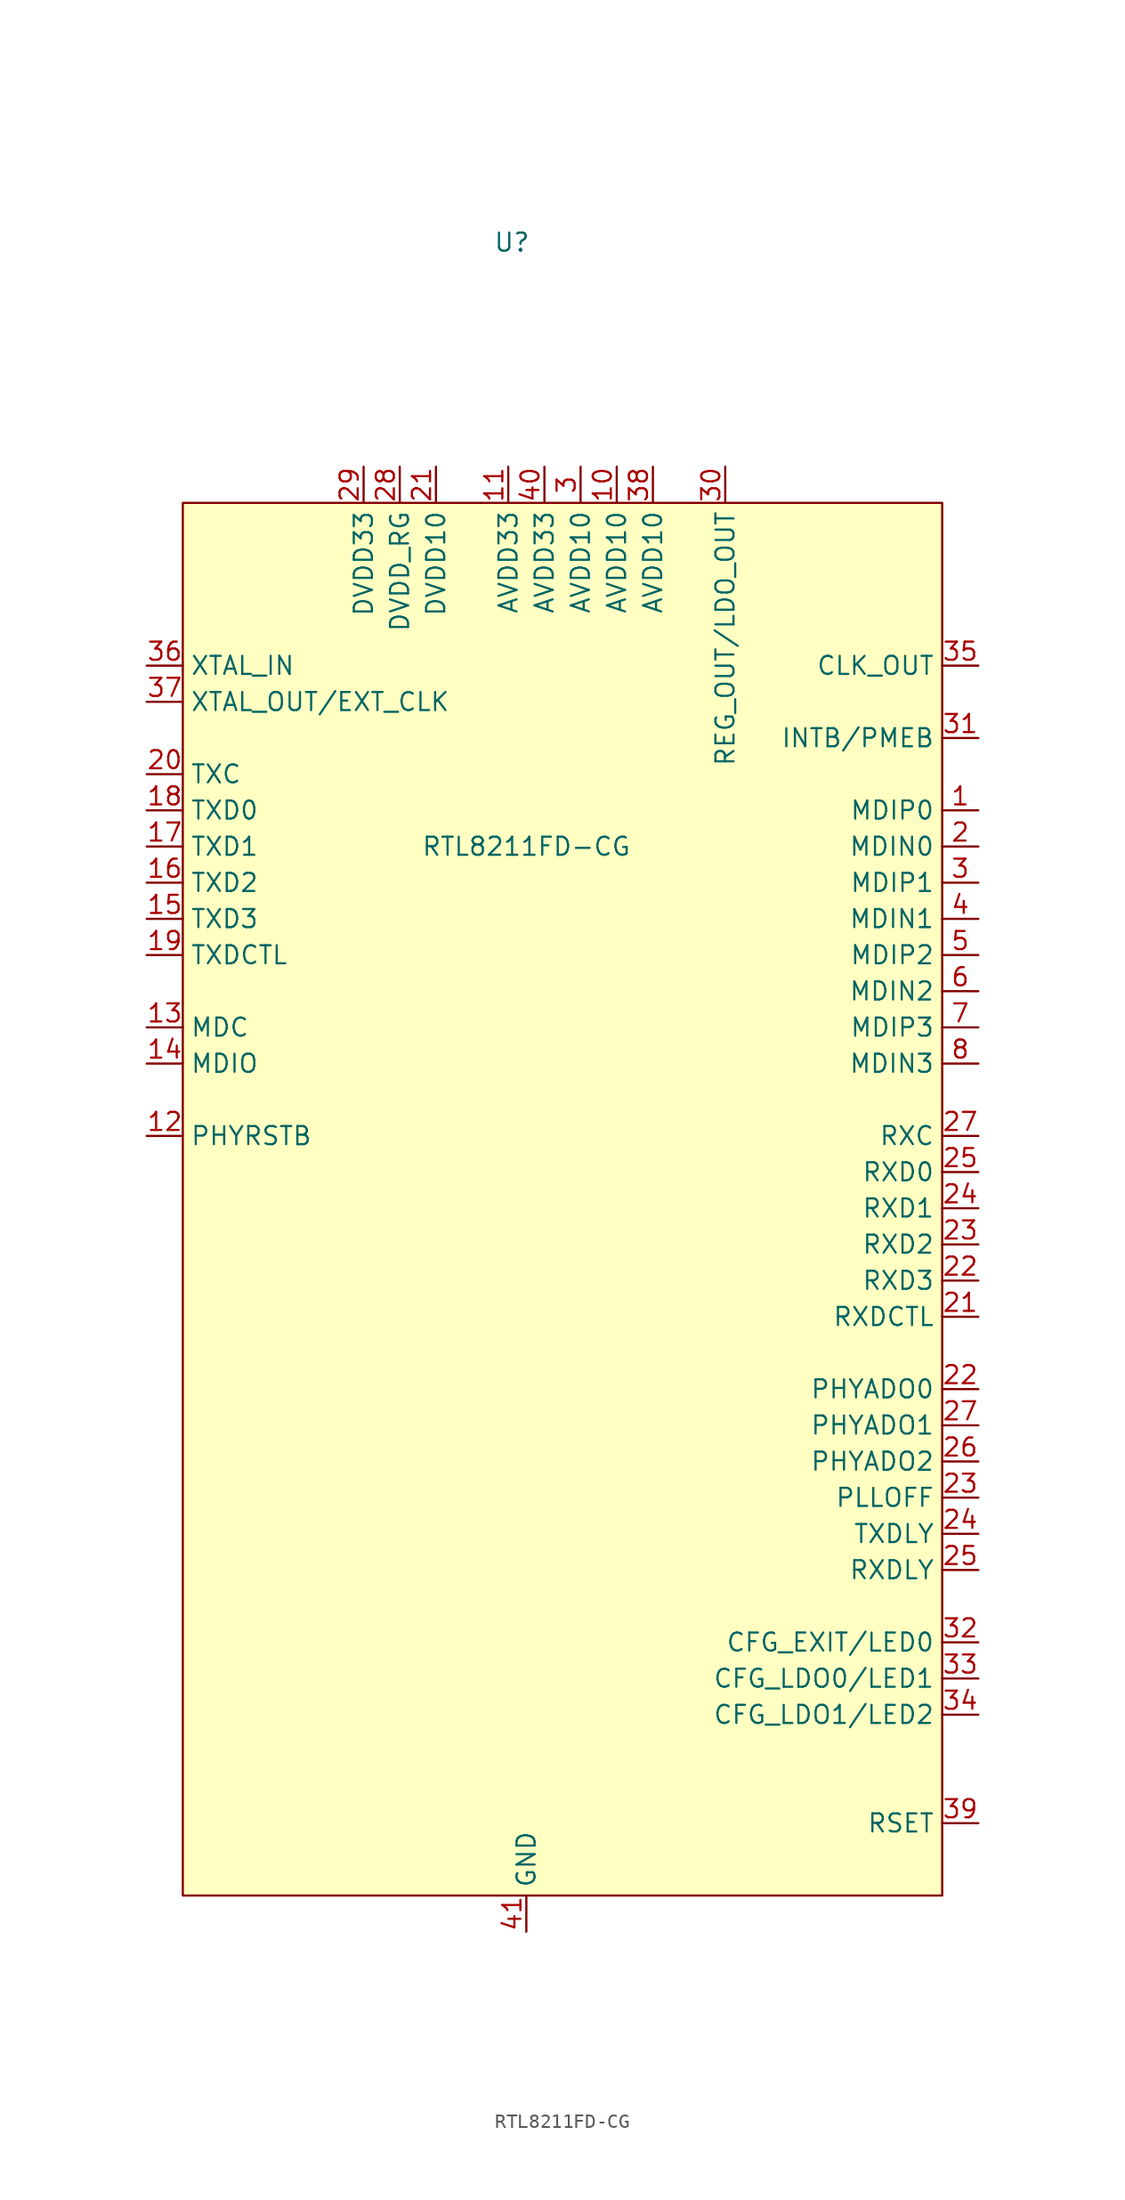
<source format=kicad_sym>
(kicad_symbol_lib
  (version 20241209)
  (generator "kicad_symbol_editor")
  (generator_version "9.0")
  (symbol "RTL8211FD-CG"
    (property "Reference" "U"
      (at -1.016 42.418 0)
      (effects (font (size 1.27 1.27))))
    (property "Value" "RTL8211FD-CG"
      (at 0 0 0)
      (effects (font (size 1.27 1.27))))
    (symbol "RTL8211FD-CG_1_1"
      (rectangle (start -24.13 24.13) (end 29.21 -73.66) (stroke (width 0) (type solid)) (fill (type background)))
      (pin input line (at -26.67 12.7 0) (length 2.54) (name "XTAL_IN" (effects (font (size 1.27 1.27)))) (number "36" (effects (font (size 1.27 1.27)))))
      (pin output line (at -26.67 10.16 0) (length 2.54) (name "XTAL_OUT/EXT_CLK" (effects (font (size 1.27 1.27)))) (number "37" (effects (font (size 1.27 1.27)))))
      (pin input line (at -26.67 5.08 0) (length 2.54) (name "TXC" (effects (font (size 1.27 1.27)))) (number "20" (effects (font (size 1.27 1.27)))))
      (pin input line (at -26.67 2.54 0) (length 2.54) (name "TXD0" (effects (font (size 1.27 1.27)))) (number "18" (effects (font (size 1.27 1.27)))))
      (pin input line (at -26.67 0 0) (length 2.54) (name "TXD1" (effects (font (size 1.27 1.27)))) (number "17" (effects (font (size 1.27 1.27)))))
      (pin input line (at -26.67 -2.54 0) (length 2.54) (name "TXD2" (effects (font (size 1.27 1.27)))) (number "16" (effects (font (size 1.27 1.27)))))
      (pin input line (at -26.67 -5.08 0) (length 2.54) (name "TXD3" (effects (font (size 1.27 1.27)))) (number "15" (effects (font (size 1.27 1.27)))))
      (pin input line (at -26.67 -7.62 0) (length 2.54) (name "TXDCTL" (effects (font (size 1.27 1.27)))) (number "19" (effects (font (size 1.27 1.27)))))
      (pin input line (at -26.67 -12.7 0) (length 2.54) (name "MDC" (effects (font (size 1.27 1.27)))) (number "13" (effects (font (size 1.27 1.27)))))
      (pin bidirectional line (at -26.67 -15.24 0) (length 2.54) (name "MDIO" (effects (font (size 1.27 1.27)))) (number "14" (effects (font (size 1.27 1.27)))))
      (pin input line (at -26.67 -20.32 0) (length 2.54) (name "PHYRSTB" (effects (font (size 1.27 1.27)))) (number "12" (effects (font (size 1.27 1.27)))))
      (pin power_in line (at -11.43 26.67 270) (length 2.54) (name "DVDD33" (effects (font (size 1.27 1.27)))) (number "29" (effects (font (size 1.27 1.27)))))
      (pin power_in line (at -8.89 26.67 270) (length 2.54) (name "DVDD_RG" (effects (font (size 1.27 1.27)))) (number "28" (effects (font (size 1.27 1.27)))))
      (pin power_in line (at -6.35 26.67 270) (length 2.54) (name "DVDD10" (effects (font (size 1.27 1.27)))) (number "21" (effects (font (size 1.27 1.27)))))
      (pin power_in line (at -1.27 26.67 270) (length 2.54) (name "AVDD33" (effects (font (size 1.27 1.27)))) (number "11" (effects (font (size 1.27 1.27)))))
      (pin power_in line (at 0 -76.2 90) (length 2.54) (name "GND" (effects (font (size 1.27 1.27)))) (number "41" (effects (font (size 1.27 1.27)))))
      (pin power_in line (at 1.27 26.67 270) (length 2.54) (name "AVDD33" (effects (font (size 1.27 1.27)))) (number "40" (effects (font (size 1.27 1.27)))))
      (pin power_in line (at 3.81 26.67 270) (length 2.54) (name "AVDD10" (effects (font (size 1.27 1.27)))) (number "3" (effects (font (size 1.27 1.27)))))
      (pin power_in line (at 6.35 26.67 270) (length 2.54) (name "AVDD10" (effects (font (size 1.27 1.27)))) (number "10" (effects (font (size 1.27 1.27)))))
      (pin power_in line (at 8.89 26.67 270) (length 2.54) (name "AVDD10" (effects (font (size 1.27 1.27)))) (number "38" (effects (font (size 1.27 1.27)))))
      (pin output line (at 13.97 26.67 270) (length 2.54) (name "REG_OUT/LDO_OUT" (effects (font (size 1.27 1.27)))) (number "30" (effects (font (size 1.27 1.27)))))
      (pin output line (at 31.75 12.7 180) (length 2.54) (name "CLK_OUT" (effects (font (size 1.27 1.27)))) (number "35" (effects (font (size 1.27 1.27)))))
      (pin output line (at 31.75 7.62 180) (length 2.54) (name "INTB/PMEB" (effects (font (size 1.27 1.27)))) (number "31" (effects (font (size 1.27 1.27)))))
      (pin bidirectional line (at 31.75 2.54 180) (length 2.54) (name "MDIP0" (effects (font (size 1.27 1.27)))) (number "1" (effects (font (size 1.27 1.27)))))
      (pin bidirectional line (at 31.75 0 180) (length 2.54) (name "MDIN0" (effects (font (size 1.27 1.27)))) (number "2" (effects (font (size 1.27 1.27)))))
      (pin bidirectional line (at 31.75 -2.54 180) (length 2.54) (name "MDIP1" (effects (font (size 1.27 1.27)))) (number "3" (effects (font (size 1.27 1.27)))))
      (pin bidirectional line (at 31.75 -5.08 180) (length 2.54) (name "MDIN1" (effects (font (size 1.27 1.27)))) (number "4" (effects (font (size 1.27 1.27)))))
      (pin bidirectional line (at 31.75 -7.62 180) (length 2.54) (name "MDIP2" (effects (font (size 1.27 1.27)))) (number "5" (effects (font (size 1.27 1.27)))))
      (pin bidirectional line (at 31.75 -10.16 180) (length 2.54) (name "MDIN2" (effects (font (size 1.27 1.27)))) (number "6" (effects (font (size 1.27 1.27)))))
      (pin bidirectional line (at 31.75 -12.7 180) (length 2.54) (name "MDIP3" (effects (font (size 1.27 1.27)))) (number "7" (effects (font (size 1.27 1.27)))))
      (pin bidirectional line (at 31.75 -15.24 180) (length 2.54) (name "MDIN3" (effects (font (size 1.27 1.27)))) (number "8" (effects (font (size 1.27 1.27)))))
      (pin output line (at 31.75 -20.32 180) (length 2.54) (name "RXC" (effects (font (size 1.27 1.27)))) (number "27" (effects (font (size 1.27 1.27)))))
      (pin output line (at 31.75 -22.86 180) (length 2.54) (name "RXD0" (effects (font (size 1.27 1.27)))) (number "25" (effects (font (size 1.27 1.27)))))
      (pin output line (at 31.75 -25.4 180) (length 2.54) (name "RXD1" (effects (font (size 1.27 1.27)))) (number "24" (effects (font (size 1.27 1.27)))))
      (pin output line (at 31.75 -27.94 180) (length 2.54) (name "RXD2" (effects (font (size 1.27 1.27)))) (number "23" (effects (font (size 1.27 1.27)))))
      (pin output line (at 31.75 -30.48 180) (length 2.54) (name "RXD3" (effects (font (size 1.27 1.27)))) (number "22" (effects (font (size 1.27 1.27)))))
      (pin output line (at 31.75 -33.02 180) (length 2.54) (name "RXDCTL" (effects (font (size 1.27 1.27)))) (number "21" (effects (font (size 1.27 1.27)))))
      (pin output line (at 31.75 -38.1 180) (length 2.54) (name "PHYADO0" (effects (font (size 1.27 1.27)))) (number "22" (effects (font (size 1.27 1.27)))))
      (pin output line (at 31.75 -40.64 180) (length 2.54) (name "PHYADO1" (effects (font (size 1.27 1.27)))) (number "27" (effects (font (size 1.27 1.27)))))
      (pin output line (at 31.75 -43.18 180) (length 2.54) (name "PHYADO2" (effects (font (size 1.27 1.27)))) (number "26" (effects (font (size 1.27 1.27)))))
      (pin output line (at 31.75 -45.72 180) (length 2.54) (name "PLLOFF" (effects (font (size 1.27 1.27)))) (number "23" (effects (font (size 1.27 1.27)))))
      (pin output line (at 31.75 -48.26 180) (length 2.54) (name "TXDLY" (effects (font (size 1.27 1.27)))) (number "24" (effects (font (size 1.27 1.27)))))
      (pin output line (at 31.75 -50.8 180) (length 2.54) (name "RXDLY" (effects (font (size 1.27 1.27)))) (number "25" (effects (font (size 1.27 1.27)))))
      (pin output line (at 31.75 -55.88 180) (length 2.54) (name "CFG_EXIT/LED0" (effects (font (size 1.27 1.27)))) (number "32" (effects (font (size 1.27 1.27)))))
      (pin output line (at 31.75 -58.42 180) (length 2.54) (name "CFG_LDO0/LED1" (effects (font (size 1.27 1.27)))) (number "33" (effects (font (size 1.27 1.27)))))
      (pin output line (at 31.75 -60.96 180) (length 2.54) (name "CFG_LDO1/LED2" (effects (font (size 1.27 1.27)))) (number "34" (effects (font (size 1.27 1.27)))))
      (pin output line (at 31.75 -68.58 180) (length 2.54) (name "RSET" (effects (font (size 1.27 1.27)))) (number "39" (effects (font (size 1.27 1.27))))))))
</source>
